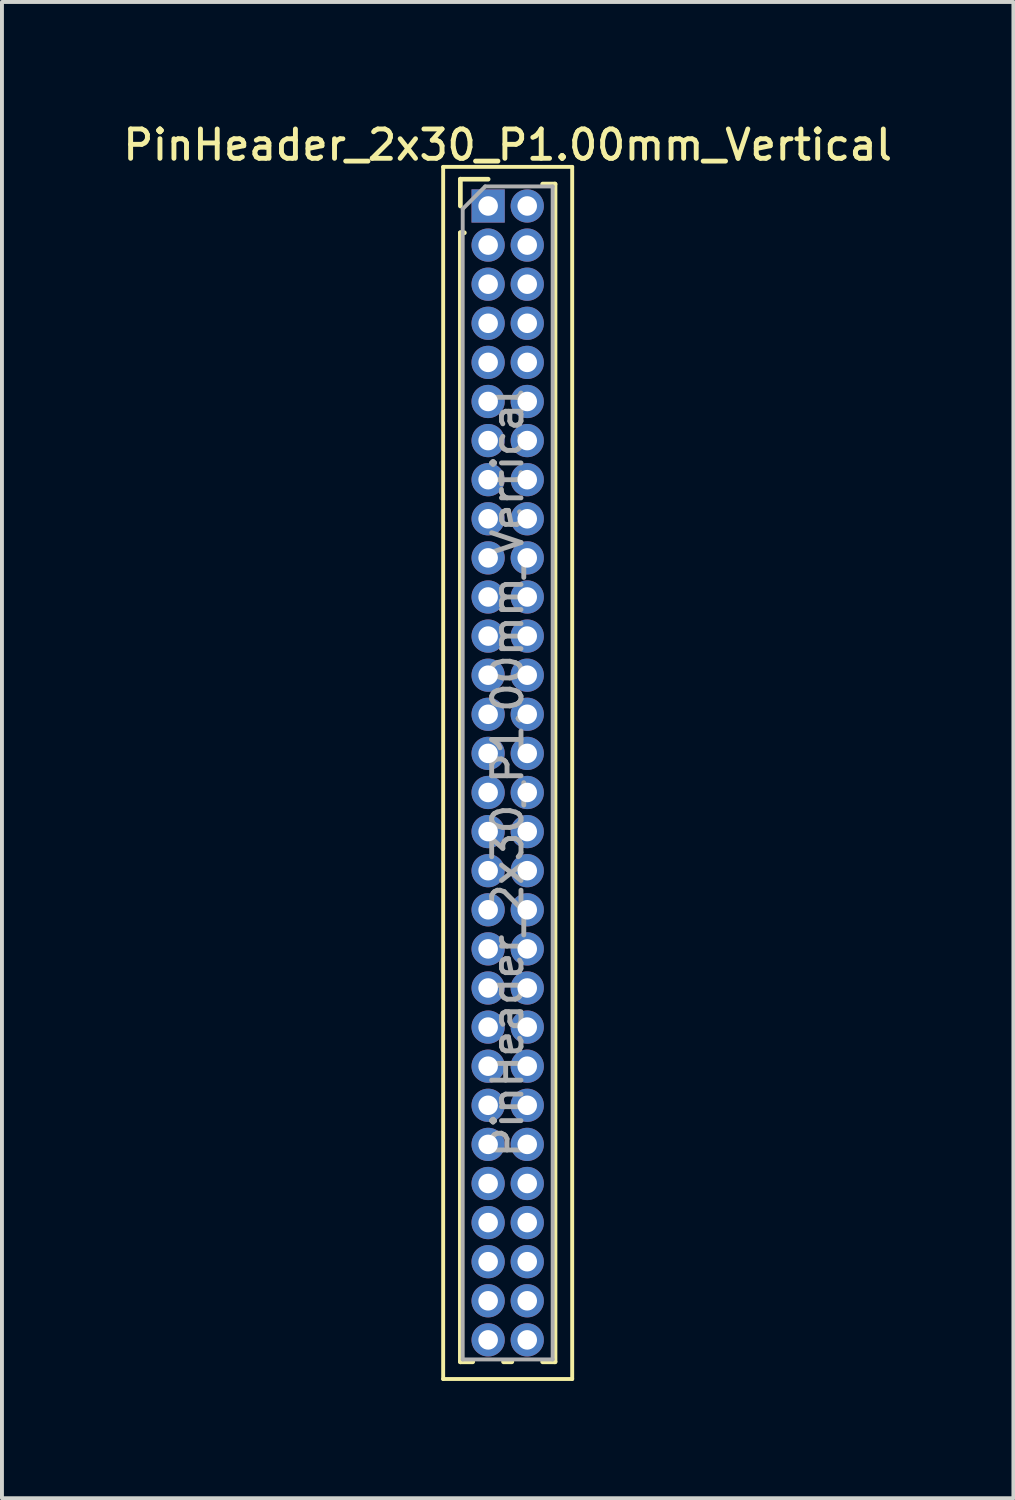
<source format=kicad_pcb>
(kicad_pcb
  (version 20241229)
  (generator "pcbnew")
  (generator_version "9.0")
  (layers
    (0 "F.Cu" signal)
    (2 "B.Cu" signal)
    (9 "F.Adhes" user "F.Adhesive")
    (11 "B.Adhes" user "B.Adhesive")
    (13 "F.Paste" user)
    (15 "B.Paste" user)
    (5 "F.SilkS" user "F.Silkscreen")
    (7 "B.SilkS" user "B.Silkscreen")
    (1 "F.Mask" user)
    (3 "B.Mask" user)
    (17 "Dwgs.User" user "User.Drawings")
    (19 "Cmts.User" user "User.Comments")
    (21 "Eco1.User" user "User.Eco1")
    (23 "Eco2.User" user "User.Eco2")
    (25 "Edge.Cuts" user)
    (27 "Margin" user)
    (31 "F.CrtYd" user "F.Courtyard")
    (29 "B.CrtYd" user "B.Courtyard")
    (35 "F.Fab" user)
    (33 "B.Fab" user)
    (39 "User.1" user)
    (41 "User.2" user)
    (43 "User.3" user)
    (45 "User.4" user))
  (footprint "PinHeader_2x30_P1.00mm_Vertical"
    (layer "F.Cu")
    (at 9.434 2.218)
    (property "Reference" "PinHeader_2x30_P1.00mm_Vertical" (at 0.5 -1.56 0) (layer "F.SilkS") (effects (font (size 0.75 0.75) (thickness 0.125))))
    (attr through_hole)
    (fp_line (start -1.15 -1) (end -1.15 30) (stroke (width 0.1) (type solid)) (layer "F.SilkS"))
    (fp_line (start -1.15 30) (end 2.15 30) (stroke (width 0.1) (type solid)) (layer "F.SilkS"))
    (fp_line (start -0.71 -0.685) (end 0 -0.685) (stroke (width 0.12) (type solid)) (layer "F.SilkS"))
    (fp_line (start -0.71 0) (end -0.71 -0.685) (stroke (width 0.12) (type solid)) (layer "F.SilkS"))
    (fp_line (start -0.71 0.685) (end -0.71 29.56) (stroke (width 0.12) (type solid)) (layer "F.SilkS"))
    (fp_line (start -0.71 0.685) (end -0.608 0.685) (stroke (width 0.12) (type solid)) (layer "F.SilkS"))
    (fp_line (start -0.71 29.56) (end -0.394 29.56) (stroke (width 0.12) (type solid)) (layer "F.SilkS"))
    (fp_line (start 0.394 29.56) (end 0.606 29.56) (stroke (width 0.12) (type solid)) (layer "F.SilkS"))
    (fp_line (start 1.394 -0.56) (end 1.71 -0.56) (stroke (width 0.12) (type solid)) (layer "F.SilkS"))
    (fp_line (start 1.394 29.56) (end 1.71 29.56) (stroke (width 0.12) (type solid)) (layer "F.SilkS"))
    (fp_line (start 1.71 -0.56) (end 1.71 29.56) (stroke (width 0.12) (type solid)) (layer "F.SilkS"))
    (fp_line (start 2.15 -1) (end -1.15 -1) (stroke (width 0.1) (type solid)) (layer "F.SilkS"))
    (fp_line (start 2.15 30) (end 2.15 -1) (stroke (width 0.1) (type solid)) (layer "F.SilkS"))
    (fp_line (start -0.65 0.075) (end -0.075 -0.5) (stroke (width 0.1) (type solid)) (layer "F.Fab"))
    (fp_line (start -0.65 29.5) (end -0.65 0.075) (stroke (width 0.1) (type solid)) (layer "F.Fab"))
    (fp_line (start -0.075 -0.5) (end 1.65 -0.5) (stroke (width 0.1) (type solid)) (layer "F.Fab"))
    (fp_line (start 1.65 -0.5) (end 1.65 29.5) (stroke (width 0.1) (type solid)) (layer "F.Fab"))
    (fp_line (start 1.65 29.5) (end -0.65 29.5) (stroke (width 0.1) (type solid)) (layer "F.Fab"))
    (fp_text user "${REFERENCE}" (at 0.5 14.5 90) (layer "F.Fab") (effects (font (size 0.75 0.75) (thickness 0.125))))
    (pad "1" thru_hole rect (at 0 0) (size 0.85 0.85) (drill 0.5) (layers "*.Cu" "*.Mask"))
    (pad "2" thru_hole oval (at 1 0) (size 0.85 0.85) (drill 0.5) (layers "*.Cu" "*.Mask"))
    (pad "3" thru_hole oval (at 0 1) (size 0.85 0.85) (drill 0.5) (layers "*.Cu" "*.Mask"))
    (pad "4" thru_hole oval (at 1 1) (size 0.85 0.85) (drill 0.5) (layers "*.Cu" "*.Mask"))
    (pad "5" thru_hole oval (at 0 2) (size 0.85 0.85) (drill 0.5) (layers "*.Cu" "*.Mask"))
    (pad "6" thru_hole oval (at 1 2) (size 0.85 0.85) (drill 0.5) (layers "*.Cu" "*.Mask"))
    (pad "7" thru_hole oval (at 0 3) (size 0.85 0.85) (drill 0.5) (layers "*.Cu" "*.Mask"))
    (pad "8" thru_hole oval (at 1 3) (size 0.85 0.85) (drill 0.5) (layers "*.Cu" "*.Mask"))
    (pad "9" thru_hole oval (at 0 4) (size 0.85 0.85) (drill 0.5) (layers "*.Cu" "*.Mask"))
    (pad "10" thru_hole oval (at 1 4) (size 0.85 0.85) (drill 0.5) (layers "*.Cu" "*.Mask"))
    (pad "11" thru_hole oval (at 0 5) (size 0.85 0.85) (drill 0.5) (layers "*.Cu" "*.Mask"))
    (pad "12" thru_hole oval (at 1 5) (size 0.85 0.85) (drill 0.5) (layers "*.Cu" "*.Mask"))
    (pad "13" thru_hole oval (at 0 6) (size 0.85 0.85) (drill 0.5) (layers "*.Cu" "*.Mask"))
    (pad "14" thru_hole oval (at 1 6) (size 0.85 0.85) (drill 0.5) (layers "*.Cu" "*.Mask"))
    (pad "15" thru_hole oval (at 0 7) (size 0.85 0.85) (drill 0.5) (layers "*.Cu" "*.Mask"))
    (pad "16" thru_hole oval (at 1 7) (size 0.85 0.85) (drill 0.5) (layers "*.Cu" "*.Mask"))
    (pad "17" thru_hole oval (at 0 8) (size 0.85 0.85) (drill 0.5) (layers "*.Cu" "*.Mask"))
    (pad "18" thru_hole oval (at 1 8) (size 0.85 0.85) (drill 0.5) (layers "*.Cu" "*.Mask"))
    (pad "19" thru_hole oval (at 0 9) (size 0.85 0.85) (drill 0.5) (layers "*.Cu" "*.Mask"))
    (pad "20" thru_hole oval (at 1 9) (size 0.85 0.85) (drill 0.5) (layers "*.Cu" "*.Mask"))
    (pad "21" thru_hole oval (at 0 10) (size 0.85 0.85) (drill 0.5) (layers "*.Cu" "*.Mask"))
    (pad "22" thru_hole oval (at 1 10) (size 0.85 0.85) (drill 0.5) (layers "*.Cu" "*.Mask"))
    (pad "23" thru_hole oval (at 0 11) (size 0.85 0.85) (drill 0.5) (layers "*.Cu" "*.Mask"))
    (pad "24" thru_hole oval (at 1 11) (size 0.85 0.85) (drill 0.5) (layers "*.Cu" "*.Mask"))
    (pad "25" thru_hole oval (at 0 12) (size 0.85 0.85) (drill 0.5) (layers "*.Cu" "*.Mask"))
    (pad "26" thru_hole oval (at 1 12) (size 0.85 0.85) (drill 0.5) (layers "*.Cu" "*.Mask"))
    (pad "27" thru_hole oval (at 0 13) (size 0.85 0.85) (drill 0.5) (layers "*.Cu" "*.Mask"))
    (pad "28" thru_hole oval (at 1 13) (size 0.85 0.85) (drill 0.5) (layers "*.Cu" "*.Mask"))
    (pad "29" thru_hole oval (at 0 14) (size 0.85 0.85) (drill 0.5) (layers "*.Cu" "*.Mask"))
    (pad "30" thru_hole oval (at 1 14) (size 0.85 0.85) (drill 0.5) (layers "*.Cu" "*.Mask"))
    (pad "31" thru_hole oval (at 0 15) (size 0.85 0.85) (drill 0.5) (layers "*.Cu" "*.Mask"))
    (pad "32" thru_hole oval (at 1 15) (size 0.85 0.85) (drill 0.5) (layers "*.Cu" "*.Mask"))
    (pad "33" thru_hole oval (at 0 16) (size 0.85 0.85) (drill 0.5) (layers "*.Cu" "*.Mask"))
    (pad "34" thru_hole oval (at 1 16) (size 0.85 0.85) (drill 0.5) (layers "*.Cu" "*.Mask"))
    (pad "35" thru_hole oval (at 0 17) (size 0.85 0.85) (drill 0.5) (layers "*.Cu" "*.Mask"))
    (pad "36" thru_hole oval (at 1 17) (size 0.85 0.85) (drill 0.5) (layers "*.Cu" "*.Mask"))
    (pad "37" thru_hole oval (at 0 18) (size 0.85 0.85) (drill 0.5) (layers "*.Cu" "*.Mask"))
    (pad "38" thru_hole oval (at 1 18) (size 0.85 0.85) (drill 0.5) (layers "*.Cu" "*.Mask"))
    (pad "39" thru_hole oval (at 0 19) (size 0.85 0.85) (drill 0.5) (layers "*.Cu" "*.Mask"))
    (pad "40" thru_hole oval (at 1 19) (size 0.85 0.85) (drill 0.5) (layers "*.Cu" "*.Mask"))
    (pad "41" thru_hole oval (at 0 20) (size 0.85 0.85) (drill 0.5) (layers "*.Cu" "*.Mask"))
    (pad "42" thru_hole oval (at 1 20) (size 0.85 0.85) (drill 0.5) (layers "*.Cu" "*.Mask"))
    (pad "43" thru_hole oval (at 0 21) (size 0.85 0.85) (drill 0.5) (layers "*.Cu" "*.Mask"))
    (pad "44" thru_hole oval (at 1 21) (size 0.85 0.85) (drill 0.5) (layers "*.Cu" "*.Mask"))
    (pad "45" thru_hole oval (at 0 22) (size 0.85 0.85) (drill 0.5) (layers "*.Cu" "*.Mask"))
    (pad "46" thru_hole oval (at 1 22) (size 0.85 0.85) (drill 0.5) (layers "*.Cu" "*.Mask"))
    (pad "47" thru_hole oval (at 0 23) (size 0.85 0.85) (drill 0.5) (layers "*.Cu" "*.Mask"))
    (pad "48" thru_hole oval (at 1 23) (size 0.85 0.85) (drill 0.5) (layers "*.Cu" "*.Mask"))
    (pad "49" thru_hole oval (at 0 24) (size 0.85 0.85) (drill 0.5) (layers "*.Cu" "*.Mask"))
    (pad "50" thru_hole oval (at 1 24) (size 0.85 0.85) (drill 0.5) (layers "*.Cu" "*.Mask"))
    (pad "51" thru_hole oval (at 0 25) (size 0.85 0.85) (drill 0.5) (layers "*.Cu" "*.Mask"))
    (pad "52" thru_hole oval (at 1 25) (size 0.85 0.85) (drill 0.5) (layers "*.Cu" "*.Mask"))
    (pad "53" thru_hole oval (at 0 26) (size 0.85 0.85) (drill 0.5) (layers "*.Cu" "*.Mask"))
    (pad "54" thru_hole oval (at 1 26) (size 0.85 0.85) (drill 0.5) (layers "*.Cu" "*.Mask"))
    (pad "55" thru_hole oval (at 0 27) (size 0.85 0.85) (drill 0.5) (layers "*.Cu" "*.Mask"))
    (pad "56" thru_hole oval (at 1 27) (size 0.85 0.85) (drill 0.5) (layers "*.Cu" "*.Mask"))
    (pad "57" thru_hole oval (at 0 28) (size 0.85 0.85) (drill 0.5) (layers "*.Cu" "*.Mask"))
    (pad "58" thru_hole oval (at 1 28) (size 0.85 0.85) (drill 0.5) (layers "*.Cu" "*.Mask"))
    (pad "59" thru_hole oval (at 0 29) (size 0.85 0.85) (drill 0.5) (layers "*.Cu" "*.Mask"))
    (pad "60" thru_hole oval (at 1 29) (size 0.85 0.85) (drill 0.5) (layers "*.Cu" "*.Mask")))
  (gr_rect
    (start -3 -3)
    (end 22.868 35.268)
    (stroke (width 0.1) (type default))
    (fill no)
    (layer "Edge.Cuts")))
</source>
